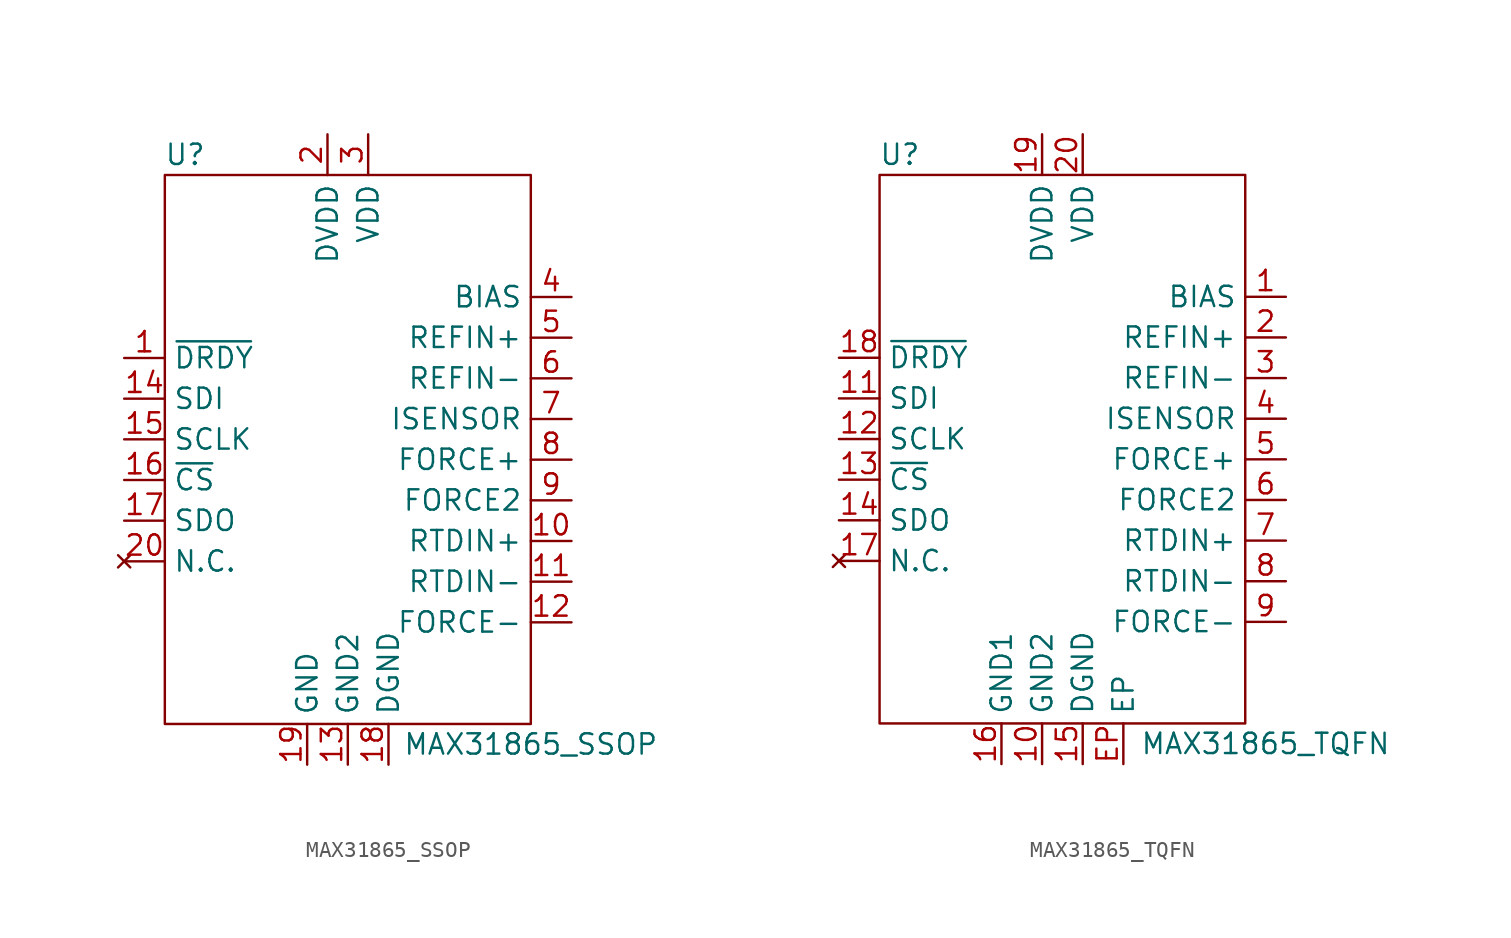
<source format=kicad_sym>
(kicad_symbol_lib
  (version 20211014)
  (generator kicad_symbol_editor)
  (symbol "MAX31865_SSOP"
    (property "Reference" "U"
      (at -10.16 19.05 0)
      (effects (font (size 1.27 1.27))))
    (property "Value" "MAX31865_SSOP"
      (at 11.43 -17.78 0)
      (effects (font (size 1.27 1.27))))
    (symbol "MAX31865_SSOP_0_1"
      (rectangle (start -11.43 17.78) (end 11.43 -16.51) (stroke (width 0) (type default) (color 0 0 0 0)) (fill (type none))))
    (symbol "MAX31865_SSOP_1_1"
      (pin input line (at -13.97 6.35 0) (length 2.54) (name "~{DRDY}" (effects (font (size 1.27 1.27)))) (number "1" (effects (font (size 1.27 1.27)))))
      (pin unspecified line (at 13.97 -5.08 180) (length 2.54) (name "RTDIN+" (effects (font (size 1.27 1.27)))) (number "10" (effects (font (size 1.27 1.27)))))
      (pin unspecified line (at 13.97 -7.62 180) (length 2.54) (name "RTDIN-" (effects (font (size 1.27 1.27)))) (number "11" (effects (font (size 1.27 1.27)))))
      (pin unspecified line (at 13.97 -10.16 180) (length 2.54) (name "FORCE-" (effects (font (size 1.27 1.27)))) (number "12" (effects (font (size 1.27 1.27)))))
      (pin unspecified line (at 0 -19.05 90) (length 2.54) (name "GND2" (effects (font (size 1.27 1.27)))) (number "13" (effects (font (size 1.27 1.27)))))
      (pin unspecified line (at -13.97 3.81 0) (length 2.54) (name "SDI" (effects (font (size 1.27 1.27)))) (number "14" (effects (font (size 1.27 1.27)))))
      (pin unspecified line (at -13.97 1.27 0) (length 2.54) (name "SCLK" (effects (font (size 1.27 1.27)))) (number "15" (effects (font (size 1.27 1.27)))))
      (pin unspecified line (at -13.97 -1.27 0) (length 2.54) (name "~{CS}" (effects (font (size 1.27 1.27)))) (number "16" (effects (font (size 1.27 1.27)))))
      (pin unspecified line (at -13.97 -3.81 0) (length 2.54) (name "SDO" (effects (font (size 1.27 1.27)))) (number "17" (effects (font (size 1.27 1.27)))))
      (pin unspecified line (at 2.54 -19.05 90) (length 2.54) (name "DGND" (effects (font (size 1.27 1.27)))) (number "18" (effects (font (size 1.27 1.27)))))
      (pin unspecified line (at -2.54 -19.05 90) (length 2.54) (name "GND" (effects (font (size 1.27 1.27)))) (number "19" (effects (font (size 1.27 1.27)))))
      (pin unspecified line (at -1.27 20.32 270) (length 2.54) (name "DVDD" (effects (font (size 1.27 1.27)))) (number "2" (effects (font (size 1.27 1.27)))))
      (pin no_connect line (at -13.97 -6.35 0) (length 2.54) (name "N.C." (effects (font (size 1.27 1.27)))) (number "20" (effects (font (size 1.27 1.27)))))
      (pin unspecified line (at 1.27 20.32 270) (length 2.54) (name "VDD" (effects (font (size 1.27 1.27)))) (number "3" (effects (font (size 1.27 1.27)))))
      (pin unspecified line (at 13.97 10.16 180) (length 2.54) (name "BIAS" (effects (font (size 1.27 1.27)))) (number "4" (effects (font (size 1.27 1.27)))))
      (pin unspecified line (at 13.97 7.62 180) (length 2.54) (name "REFIN+" (effects (font (size 1.27 1.27)))) (number "5" (effects (font (size 1.27 1.27)))))
      (pin unspecified line (at 13.97 5.08 180) (length 2.54) (name "REFIN-" (effects (font (size 1.27 1.27)))) (number "6" (effects (font (size 1.27 1.27)))))
      (pin unspecified line (at 13.97 2.54 180) (length 2.54) (name "ISENSOR" (effects (font (size 1.27 1.27)))) (number "7" (effects (font (size 1.27 1.27)))))
      (pin unspecified line (at 13.97 0 180) (length 2.54) (name "FORCE+" (effects (font (size 1.27 1.27)))) (number "8" (effects (font (size 1.27 1.27)))))
      (pin unspecified line (at 13.97 -2.54 180) (length 2.54) (name "FORCE2" (effects (font (size 1.27 1.27)))) (number "9" (effects (font (size 1.27 1.27)))))))
  (symbol "MAX31865_TQFN"
    (property "Reference" "U"
      (at -10.16 19.05 0)
      (effects (font (size 1.27 1.27))))
    (property "Value" "MAX31865_TQFN"
      (at 12.7 -17.78 0)
      (effects (font (size 1.27 1.27))))
    (symbol "MAX31865_TQFN_0_1"
      (rectangle (start -11.43 17.78) (end 11.43 -16.51) (stroke (width 0) (type default) (color 0 0 0 0)) (fill (type none))))
    (symbol "MAX31865_TQFN_1_1"
      (pin unspecified line (at 13.97 10.16 180) (length 2.54) (name "BIAS" (effects (font (size 1.27 1.27)))) (number "1" (effects (font (size 1.27 1.27)))))
      (pin unspecified line (at -1.27 -19.05 90) (length 2.54) (name "GND2" (effects (font (size 1.27 1.27)))) (number "10" (effects (font (size 1.27 1.27)))))
      (pin unspecified line (at -13.97 3.81 0) (length 2.54) (name "SDI" (effects (font (size 1.27 1.27)))) (number "11" (effects (font (size 1.27 1.27)))))
      (pin unspecified line (at -13.97 1.27 0) (length 2.54) (name "SCLK" (effects (font (size 1.27 1.27)))) (number "12" (effects (font (size 1.27 1.27)))))
      (pin unspecified line (at -13.97 -1.27 0) (length 2.54) (name "~{CS}" (effects (font (size 1.27 1.27)))) (number "13" (effects (font (size 1.27 1.27)))))
      (pin unspecified line (at -13.97 -3.81 0) (length 2.54) (name "SDO" (effects (font (size 1.27 1.27)))) (number "14" (effects (font (size 1.27 1.27)))))
      (pin unspecified line (at 1.27 -19.05 90) (length 2.54) (name "DGND" (effects (font (size 1.27 1.27)))) (number "15" (effects (font (size 1.27 1.27)))))
      (pin unspecified line (at -3.81 -19.05 90) (length 2.54) (name "GND1" (effects (font (size 1.27 1.27)))) (number "16" (effects (font (size 1.27 1.27)))))
      (pin no_connect line (at -13.97 -6.35 0) (length 2.54) (name "N.C." (effects (font (size 1.27 1.27)))) (number "17" (effects (font (size 1.27 1.27)))))
      (pin unspecified line (at -13.97 6.35 0) (length 2.54) (name "~{DRDY}" (effects (font (size 1.27 1.27)))) (number "18" (effects (font (size 1.27 1.27)))))
      (pin unspecified line (at -1.27 20.32 270) (length 2.54) (name "DVDD" (effects (font (size 1.27 1.27)))) (number "19" (effects (font (size 1.27 1.27)))))
      (pin unspecified line (at 13.97 7.62 180) (length 2.54) (name "REFIN+" (effects (font (size 1.27 1.27)))) (number "2" (effects (font (size 1.27 1.27)))))
      (pin unspecified line (at 1.27 20.32 270) (length 2.54) (name "VDD" (effects (font (size 1.27 1.27)))) (number "20" (effects (font (size 1.27 1.27)))))
      (pin unspecified line (at 13.97 5.08 180) (length 2.54) (name "REFIN-" (effects (font (size 1.27 1.27)))) (number "3" (effects (font (size 1.27 1.27)))))
      (pin unspecified line (at 13.97 2.54 180) (length 2.54) (name "ISENSOR" (effects (font (size 1.27 1.27)))) (number "4" (effects (font (size 1.27 1.27)))))
      (pin unspecified line (at 13.97 0 180) (length 2.54) (name "FORCE+" (effects (font (size 1.27 1.27)))) (number "5" (effects (font (size 1.27 1.27)))))
      (pin unspecified line (at 13.97 -2.54 180) (length 2.54) (name "FORCE2" (effects (font (size 1.27 1.27)))) (number "6" (effects (font (size 1.27 1.27)))))
      (pin unspecified line (at 13.97 -5.08 180) (length 2.54) (name "RTDIN+" (effects (font (size 1.27 1.27)))) (number "7" (effects (font (size 1.27 1.27)))))
      (pin unspecified line (at 13.97 -7.62 180) (length 2.54) (name "RTDIN-" (effects (font (size 1.27 1.27)))) (number "8" (effects (font (size 1.27 1.27)))))
      (pin unspecified line (at 13.97 -10.16 180) (length 2.54) (name "FORCE-" (effects (font (size 1.27 1.27)))) (number "9" (effects (font (size 1.27 1.27)))))
      (pin unspecified line (at 3.81 -19.05 90) (length 2.54) (name "EP" (effects (font (size 1.27 1.27)))) (number "EP" (effects (font (size 1.27 1.27))))))))
</source>
